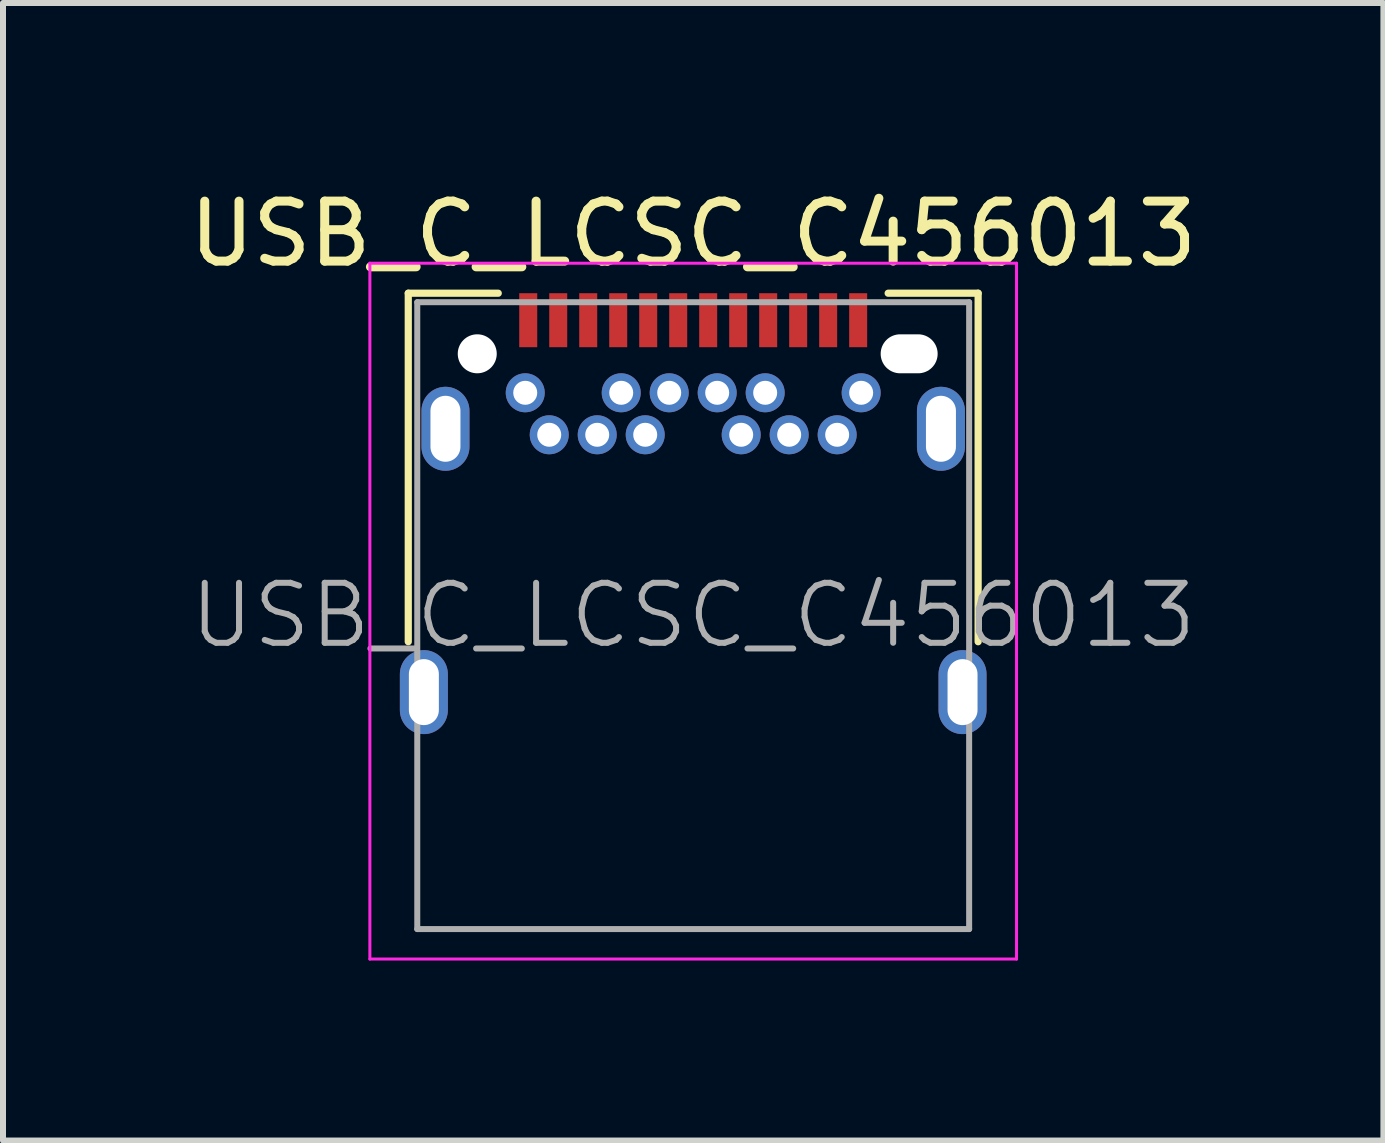
<source format=kicad_pcb>
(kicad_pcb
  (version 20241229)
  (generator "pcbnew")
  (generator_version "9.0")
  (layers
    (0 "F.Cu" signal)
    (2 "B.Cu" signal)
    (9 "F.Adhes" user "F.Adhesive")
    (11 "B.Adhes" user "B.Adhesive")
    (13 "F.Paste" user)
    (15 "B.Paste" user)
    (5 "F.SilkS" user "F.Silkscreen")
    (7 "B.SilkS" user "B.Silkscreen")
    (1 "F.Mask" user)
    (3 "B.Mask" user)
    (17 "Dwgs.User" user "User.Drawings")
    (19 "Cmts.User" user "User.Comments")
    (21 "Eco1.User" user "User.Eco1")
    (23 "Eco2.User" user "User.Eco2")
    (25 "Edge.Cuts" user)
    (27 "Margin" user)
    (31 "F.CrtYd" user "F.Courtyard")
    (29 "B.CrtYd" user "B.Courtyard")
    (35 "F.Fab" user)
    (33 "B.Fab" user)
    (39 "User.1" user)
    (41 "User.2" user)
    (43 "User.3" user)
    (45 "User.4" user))
  (footprint "USB_C_LCSC_C456013"
    (layer "F.Cu")
    (at 4.906 2.848)
    (property "Reference" "USB_C_LCSC_C456013" (at 3.6 -2 0) (layer "F.SilkS") (effects (font (size 1 1) (thickness 0.15))))
    (attr smd)
    (fp_line (start -1.15 -1.01) (end -1.15 4.8) (stroke (width 0.12) (type solid)) (layer "F.SilkS"))
    (fp_line (start -1.15 -1.01) (end 0.35 -1.01) (stroke (width 0.12) (type solid)) (layer "F.SilkS"))
    (fp_line (start 6.85 -1.01) (end 8.35 -1.01) (stroke (width 0.12) (type solid)) (layer "F.SilkS"))
    (fp_line (start 8.35 -1.01) (end 8.35 4.8) (stroke (width 0.12) (type solid)) (layer "F.SilkS"))
    (fp_line (start -1.79 -1.51) (end 8.99 -1.51) (stroke (width 0.05) (type solid)) (layer "F.CrtYd"))
    (fp_line (start -1.79 10.09) (end -1.79 -1.51) (stroke (width 0.05) (type solid)) (layer "F.CrtYd"))
    (fp_line (start 8.99 -1.51) (end 8.99 10.09) (stroke (width 0.05) (type solid)) (layer "F.CrtYd"))
    (fp_line (start 8.99 10.09) (end -1.79 10.09) (stroke (width 0.05) (type solid)) (layer "F.CrtYd"))
    (fp_line (start -1 -0.86) (end 8.2 -0.86) (stroke (width 0.1) (type solid)) (layer "F.Fab"))
    (fp_line (start -1 9.59) (end -1 -0.86) (stroke (width 0.1) (type solid)) (layer "F.Fab"))
    (fp_line (start -1 9.59) (end 8.2 9.59) (stroke (width 0.1) (type solid)) (layer "F.Fab"))
    (fp_line (start 8.2 9.59) (end 8.2 -0.86) (stroke (width 0.1) (type solid)) (layer "F.Fab"))
    (fp_text user "${REFERENCE}" (at 3.6 4.36 0) (layer "F.Fab") (effects (font (size 1 1) (thickness 0.1))))
    (pad "" np_thru_hole circle (at 0 0) (size 0.65 0.65) (drill 0.65) (layers "*.Cu" "*.Mask"))
    (pad "" np_thru_hole oval (at 7.2 0) (size 0.95 0.65) (drill oval 0.95 0.65) (layers "*.Cu" "*.Mask"))
    (pad "A1" smd rect (at 0.85 -0.56) (size 0.3 0.9) (layers "F.Cu" "F.Mask" "F.Paste"))
    (pad "A2" smd rect (at 1.35 -0.56) (size 0.3 0.9) (layers "F.Cu" "F.Mask" "F.Paste"))
    (pad "A3" smd rect (at 1.85 -0.56) (size 0.3 0.9) (layers "F.Cu" "F.Mask" "F.Paste"))
    (pad "A4" smd rect (at 2.35 -0.56) (size 0.3 0.9) (layers "F.Cu" "F.Mask" "F.Paste"))
    (pad "A5" smd rect (at 2.85 -0.56) (size 0.3 0.9) (layers "F.Cu" "F.Mask" "F.Paste"))
    (pad "A6" smd rect (at 3.35 -0.56) (size 0.3 0.9) (layers "F.Cu" "F.Mask" "F.Paste"))
    (pad "A7" smd rect (at 3.85 -0.56) (size 0.3 0.9) (layers "F.Cu" "F.Mask" "F.Paste"))
    (pad "A8" smd rect (at 4.35 -0.56) (size 0.3 0.9) (layers "F.Cu" "F.Mask" "F.Paste"))
    (pad "A9" smd rect (at 4.85 -0.56) (size 0.3 0.9) (layers "F.Cu" "F.Mask" "F.Paste"))
    (pad "A10" smd rect (at 5.35 -0.56) (size 0.3 0.9) (layers "F.Cu" "F.Mask" "F.Paste"))
    (pad "A11" smd rect (at 5.85 -0.56) (size 0.3 0.9) (layers "F.Cu" "F.Mask" "F.Paste"))
    (pad "A12" smd rect (at 6.35 -0.56) (size 0.3 0.9) (layers "F.Cu" "F.Mask" "F.Paste"))
    (pad "B1" thru_hole circle (at 6.4 0.65) (size 0.65 0.65) (drill 0.4) (layers "*.Cu" "*.Mask"))
    (pad "B2" thru_hole circle (at 6 1.35) (size 0.65 0.65) (drill 0.4) (layers "*.Cu" "*.Mask"))
    (pad "B3" thru_hole circle (at 5.2 1.35) (size 0.65 0.65) (drill 0.4) (layers "*.Cu" "*.Mask"))
    (pad "B4" thru_hole circle (at 4.8 0.65) (size 0.65 0.65) (drill 0.4) (layers "*.Cu" "*.Mask"))
    (pad "B5" thru_hole circle (at 4.4 1.35) (size 0.65 0.65) (drill 0.4) (layers "*.Cu" "*.Mask"))
    (pad "B6" thru_hole circle (at 4 0.65) (size 0.65 0.65) (drill 0.4) (layers "*.Cu" "*.Mask"))
    (pad "B7" thru_hole circle (at 3.2 0.65) (size 0.65 0.65) (drill 0.4) (layers "*.Cu" "*.Mask"))
    (pad "B8" thru_hole circle (at 2.8 1.35) (size 0.65 0.65) (drill 0.4) (layers "*.Cu" "*.Mask"))
    (pad "B9" thru_hole circle (at 2.4 0.65) (size 0.65 0.65) (drill 0.4) (layers "*.Cu" "*.Mask"))
    (pad "B10" thru_hole circle (at 2 1.35) (size 0.65 0.65) (drill 0.4) (layers "*.Cu" "*.Mask"))
    (pad "B11" thru_hole circle (at 1.2 1.35) (size 0.65 0.65) (drill 0.4) (layers "*.Cu" "*.Mask"))
    (pad "B12" thru_hole circle (at 0.8 0.65) (size 0.65 0.65) (drill 0.4) (layers "*.Cu" "*.Mask"))
    (pad "S1" thru_hole oval (at -0.89 5.64) (size 0.8 1.4) (drill oval 0.5 1.1) (layers "*.Cu" "*.Mask"))
    (pad "S1" thru_hole oval (at -0.53 1.25) (size 0.8 1.4) (drill oval 0.5 1.1) (layers "*.Cu" "*.Mask"))
    (pad "S1" thru_hole oval (at 7.73 1.25) (size 0.8 1.4) (drill oval 0.5 1.1) (layers "*.Cu" "*.Mask"))
    (pad "S1" thru_hole oval (at 8.09 5.64) (size 0.8 1.4) (drill oval 0.5 1.1) (layers "*.Cu" "*.Mask")))
  (gr_rect
    (start -3 -3)
    (end 20.012 15.963)
    (stroke (width 0.1) (type default))
    (fill no)
    (layer "Edge.Cuts")))
</source>
